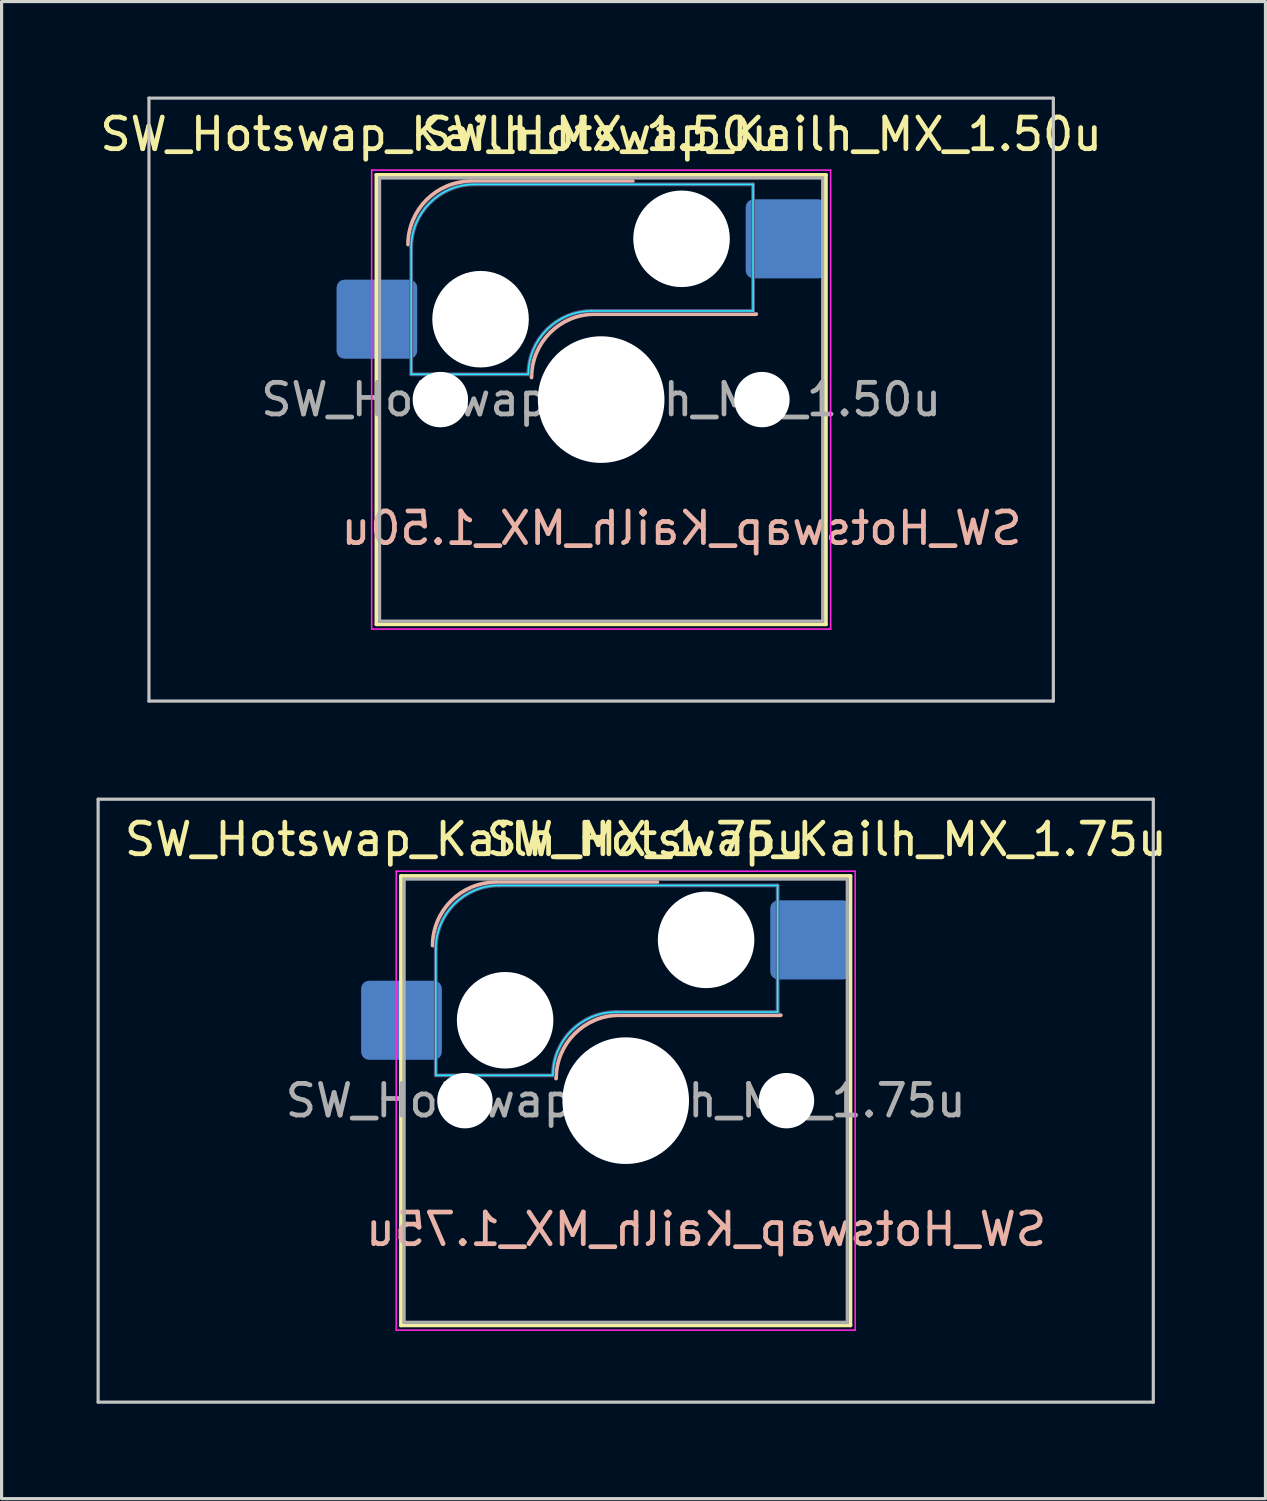
<source format=kicad_pcb>
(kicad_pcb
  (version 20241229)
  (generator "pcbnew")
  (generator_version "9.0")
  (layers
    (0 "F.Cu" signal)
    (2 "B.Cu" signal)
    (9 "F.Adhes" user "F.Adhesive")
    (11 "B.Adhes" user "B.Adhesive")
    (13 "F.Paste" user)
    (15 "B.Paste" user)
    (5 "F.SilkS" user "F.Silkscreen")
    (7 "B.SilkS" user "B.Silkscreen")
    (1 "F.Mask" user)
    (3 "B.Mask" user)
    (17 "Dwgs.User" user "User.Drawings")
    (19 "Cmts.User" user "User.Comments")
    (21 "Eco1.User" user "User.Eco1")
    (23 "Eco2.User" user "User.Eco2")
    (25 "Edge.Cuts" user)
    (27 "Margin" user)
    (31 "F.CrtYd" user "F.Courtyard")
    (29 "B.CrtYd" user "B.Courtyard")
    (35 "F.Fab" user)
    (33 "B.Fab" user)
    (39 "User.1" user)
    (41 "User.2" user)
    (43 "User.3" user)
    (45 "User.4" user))
  (footprint "SW_Hotswap_Kailh_MX_1.50u"
    (layer "F.Cu")
    (at 15.943 9.575)
    (property "Reference" "SW_Hotswap_Kailh_MX_1.50u" (at -5.08 -8.382 0) (layer "F.SilkS") (effects (font (size 1 1) (thickness 0.15))))
    (property "Value" "SW_Hotswap_Kailh_MX_1.50u" (at -2.54 4.064 0) (layer "B.SilkS") (hide yes) (effects (font (size 1 1) (thickness 0.15)) (justify mirror)))
    (attr smd)
    (fp_line (start -7.1 -7.1) (end -7.1 7.1) (stroke (width 0.12) (type solid)) (layer "F.SilkS"))
    (fp_line (start -7.1 7.1) (end 7.1 7.1) (stroke (width 0.12) (type solid)) (layer "F.SilkS"))
    (fp_line (start 7.1 -7.1) (end -7.1 -7.1) (stroke (width 0.12) (type solid)) (layer "F.SilkS"))
    (fp_line (start 7.1 7.1) (end 7.1 -7.1) (stroke (width 0.12) (type solid)) (layer "F.SilkS"))
    (fp_line (start -4.1 -6.9) (end 1 -6.9) (stroke (width 0.12) (type solid)) (layer "B.SilkS"))
    (fp_line (start -0.2 -2.7) (end 4.9 -2.7) (stroke (width 0.12) (type solid)) (layer "B.SilkS"))
    (fp_arc (start -6.1 -4.9) (mid -5.514214 -6.314214) (end -4.1 -6.9) (stroke (width 0.12) (type solid)) (layer "B.SilkS"))
    (fp_arc (start -2.2 -0.7) (mid -1.614214 -2.114214) (end -0.2 -2.7) (stroke (width 0.12) (type solid)) (layer "B.SilkS"))
    (fp_line (start -14.287 -9.525) (end -14.287 9.525) (stroke (width 0.1) (type solid)) (layer "Dwgs.User"))
    (fp_line (start -14.287 9.525) (end 14.287 9.525) (stroke (width 0.1) (type solid)) (layer "Dwgs.User"))
    (fp_line (start 14.287 -9.525) (end -14.287 -9.525) (stroke (width 0.1) (type solid)) (layer "Dwgs.User"))
    (fp_line (start 14.287 9.525) (end 14.287 -9.525) (stroke (width 0.1) (type solid)) (layer "Dwgs.User"))
    (fp_line (start -7.8 -6) (end -7 -6) (stroke (width 0.1) (type solid)) (layer "Eco1.User"))
    (fp_line (start -7.8 -2.9) (end -7.8 -6) (stroke (width 0.1) (type solid)) (layer "Eco1.User"))
    (fp_line (start -7.8 2.9) (end -7 2.9) (stroke (width 0.1) (type solid)) (layer "Eco1.User"))
    (fp_line (start -7.8 6) (end -7.8 2.9) (stroke (width 0.1) (type solid)) (layer "Eco1.User"))
    (fp_line (start -7 -7) (end 7 -7) (stroke (width 0.1) (type solid)) (layer "Eco1.User"))
    (fp_line (start -7 -6) (end -7 -7) (stroke (width 0.1) (type solid)) (layer "Eco1.User"))
    (fp_line (start -7 -2.9) (end -7.8 -2.9) (stroke (width 0.1) (type solid)) (layer "Eco1.User"))
    (fp_line (start -7 2.9) (end -7 -2.9) (stroke (width 0.1) (type solid)) (layer "Eco1.User"))
    (fp_line (start -7 6) (end -7.8 6) (stroke (width 0.1) (type solid)) (layer "Eco1.User"))
    (fp_line (start -7 7) (end -7 6) (stroke (width 0.1) (type solid)) (layer "Eco1.User"))
    (fp_line (start 7 -7) (end 7 -6) (stroke (width 0.1) (type solid)) (layer "Eco1.User"))
    (fp_line (start 7 -6) (end 7.8 -6) (stroke (width 0.1) (type solid)) (layer "Eco1.User"))
    (fp_line (start 7 -2.9) (end 7 2.9) (stroke (width 0.1) (type solid)) (layer "Eco1.User"))
    (fp_line (start 7 2.9) (end 7.8 2.9) (stroke (width 0.1) (type solid)) (layer "Eco1.User"))
    (fp_line (start 7 6) (end 7 7) (stroke (width 0.1) (type solid)) (layer "Eco1.User"))
    (fp_line (start 7 7) (end -7 7) (stroke (width 0.1) (type solid)) (layer "Eco1.User"))
    (fp_line (start 7.8 -6) (end 7.8 -2.9) (stroke (width 0.1) (type solid)) (layer "Eco1.User"))
    (fp_line (start 7.8 -2.9) (end 7 -2.9) (stroke (width 0.1) (type solid)) (layer "Eco1.User"))
    (fp_line (start 7.8 2.9) (end 7.8 6) (stroke (width 0.1) (type solid)) (layer "Eco1.User"))
    (fp_line (start 7.8 6) (end 7 6) (stroke (width 0.1) (type solid)) (layer "Eco1.User"))
    (fp_line (start -6 -0.8) (end -6 -4.8) (stroke (width 0.05) (type solid)) (layer "B.CrtYd"))
    (fp_line (start -6 -0.8) (end -2.3 -0.8) (stroke (width 0.05) (type solid)) (layer "B.CrtYd"))
    (fp_line (start -4 -6.8) (end 4.8 -6.8) (stroke (width 0.05) (type solid)) (layer "B.CrtYd"))
    (fp_line (start -0.3 -2.8) (end 4.8 -2.8) (stroke (width 0.05) (type solid)) (layer "B.CrtYd"))
    (fp_line (start 4.8 -6.8) (end 4.8 -2.8) (stroke (width 0.05) (type solid)) (layer "B.CrtYd"))
    (fp_arc (start -6 -4.8) (mid -5.414214 -6.214214) (end -4 -6.8) (stroke (width 0.05) (type solid)) (layer "B.CrtYd"))
    (fp_arc (start -2.3 -0.8) (mid -1.714214 -2.214214) (end -0.3 -2.8) (stroke (width 0.05) (type solid)) (layer "B.CrtYd"))
    (fp_line (start -7.25 -7.25) (end -7.25 7.25) (stroke (width 0.05) (type solid)) (layer "F.CrtYd"))
    (fp_line (start -7.25 7.25) (end 7.25 7.25) (stroke (width 0.05) (type solid)) (layer "F.CrtYd"))
    (fp_line (start 7.25 -7.25) (end -7.25 -7.25) (stroke (width 0.05) (type solid)) (layer "F.CrtYd"))
    (fp_line (start 7.25 7.25) (end 7.25 -7.25) (stroke (width 0.05) (type solid)) (layer "F.CrtYd"))
    (fp_line (start -6 -0.8) (end -6 -4.8) (stroke (width 0.12) (type solid)) (layer "B.Fab"))
    (fp_line (start -6 -0.8) (end -2.3 -0.8) (stroke (width 0.12) (type solid)) (layer "B.Fab"))
    (fp_line (start -4 -6.8) (end 4.8 -6.8) (stroke (width 0.12) (type solid)) (layer "B.Fab"))
    (fp_line (start -0.3 -2.8) (end 4.8 -2.8) (stroke (width 0.12) (type solid)) (layer "B.Fab"))
    (fp_line (start 4.8 -6.8) (end 4.8 -2.8) (stroke (width 0.12) (type solid)) (layer "B.Fab"))
    (fp_arc (start -6 -4.8) (mid -5.414214 -6.214214) (end -4 -6.8) (stroke (width 0.12) (type solid)) (layer "B.Fab"))
    (fp_arc (start -2.3 -0.8) (mid -1.714214 -2.214214) (end -0.3 -2.8) (stroke (width 0.12) (type solid)) (layer "B.Fab"))
    (fp_line (start -7 -7) (end -7 7) (stroke (width 0.1) (type solid)) (layer "F.Fab"))
    (fp_line (start -7 7) (end 7 7) (stroke (width 0.1) (type solid)) (layer "F.Fab"))
    (fp_line (start 7 -7) (end -7 -7) (stroke (width 0.1) (type solid)) (layer "F.Fab"))
    (fp_line (start 7 7) (end 7 -7) (stroke (width 0.1) (type solid)) (layer "F.Fab"))
    (fp_text user "${VALUE}" (at 5.08 -8.382 0) (layer "F.SilkS") (effects (font (size 1 1) (thickness 0.15))))
    (fp_text user "${REFERENCE}" (at 2.54 4.064 0) (layer "B.SilkS") (effects (font (size 1 1) (thickness 0.15)) (justify mirror)))
    (fp_text user "${REFERENCE}" (at 0 0 0) (layer "F.Fab") (effects (font (size 1 1) (thickness 0.15))))
    (pad "" np_thru_hole circle (at -5.08 0) (size 1.75 1.75) (drill 1.75) (layers "*.Cu" "*.Mask"))
    (pad "" np_thru_hole circle (at -3.81 -2.54) (size 3.05 3.05) (drill 3.05) (layers "*.Cu" "*.Mask"))
    (pad "" np_thru_hole circle (at 0 0) (size 4 4) (drill 4) (layers "*.Cu" "*.Mask"))
    (pad "" np_thru_hole circle (at 2.54 -5.08) (size 3.05 3.05) (drill 3.05) (layers "*.Cu" "*.Mask"))
    (pad "" np_thru_hole circle (at 5.08 0) (size 1.75 1.75) (drill 1.75) (layers "*.Cu" "*.Mask"))
    (pad "1" smd roundrect (at -7.085 -2.54) (size 2.55 2.5) (layers "B.Cu" "B.Mask" "B.Paste") (roundrect_rratio 0.1))
    (pad "2" smd roundrect (at 5.842 -5.08) (size 2.55 2.5) (layers "B.Cu" "B.Mask" "B.Paste") (roundrect_rratio 0.1)))
  (footprint "SW_Hotswap_Kailh_MX_1.75u"
    (layer "F.Cu")
    (at 16.719 31.725)
    (property "Reference" "SW_Hotswap_Kailh_MX_1.75u" (at -5.08 -8.255 0) (layer "F.SilkS") (effects (font (size 1 1) (thickness 0.15))))
    (property "Value" "SW_Hotswap_Kailh_MX_1.75u" (at -2.54 4.064 0) (layer "B.SilkS") (hide yes) (effects (font (size 1 1) (thickness 0.15)) (justify mirror)))
    (attr smd)
    (fp_line (start -7.1 -7.1) (end -7.1 7.1) (stroke (width 0.12) (type solid)) (layer "F.SilkS"))
    (fp_line (start -7.1 7.1) (end 7.1 7.1) (stroke (width 0.12) (type solid)) (layer "F.SilkS"))
    (fp_line (start 7.1 -7.1) (end -7.1 -7.1) (stroke (width 0.12) (type solid)) (layer "F.SilkS"))
    (fp_line (start 7.1 7.1) (end 7.1 -7.1) (stroke (width 0.12) (type solid)) (layer "F.SilkS"))
    (fp_line (start -4.1 -6.9) (end 1 -6.9) (stroke (width 0.12) (type solid)) (layer "B.SilkS"))
    (fp_line (start -0.2 -2.7) (end 4.9 -2.7) (stroke (width 0.12) (type solid)) (layer "B.SilkS"))
    (fp_arc (start -6.1 -4.9) (mid -5.514214 -6.314214) (end -4.1 -6.9) (stroke (width 0.12) (type solid)) (layer "B.SilkS"))
    (fp_arc (start -2.2 -0.7) (mid -1.614214 -2.114214) (end -0.2 -2.7) (stroke (width 0.12) (type solid)) (layer "B.SilkS"))
    (fp_line (start -16.669 -9.525) (end -16.669 9.525) (stroke (width 0.1) (type solid)) (layer "Dwgs.User"))
    (fp_line (start -16.669 9.525) (end 16.669 9.525) (stroke (width 0.1) (type solid)) (layer "Dwgs.User"))
    (fp_line (start 16.669 -9.525) (end -16.669 -9.525) (stroke (width 0.1) (type solid)) (layer "Dwgs.User"))
    (fp_line (start 16.669 9.525) (end 16.669 -9.525) (stroke (width 0.1) (type solid)) (layer "Dwgs.User"))
    (fp_line (start -7.8 -6) (end -7 -6) (stroke (width 0.1) (type solid)) (layer "Eco1.User"))
    (fp_line (start -7.8 -2.9) (end -7.8 -6) (stroke (width 0.1) (type solid)) (layer "Eco1.User"))
    (fp_line (start -7.8 2.9) (end -7 2.9) (stroke (width 0.1) (type solid)) (layer "Eco1.User"))
    (fp_line (start -7.8 6) (end -7.8 2.9) (stroke (width 0.1) (type solid)) (layer "Eco1.User"))
    (fp_line (start -7 -7) (end 7 -7) (stroke (width 0.1) (type solid)) (layer "Eco1.User"))
    (fp_line (start -7 -6) (end -7 -7) (stroke (width 0.1) (type solid)) (layer "Eco1.User"))
    (fp_line (start -7 -2.9) (end -7.8 -2.9) (stroke (width 0.1) (type solid)) (layer "Eco1.User"))
    (fp_line (start -7 2.9) (end -7 -2.9) (stroke (width 0.1) (type solid)) (layer "Eco1.User"))
    (fp_line (start -7 6) (end -7.8 6) (stroke (width 0.1) (type solid)) (layer "Eco1.User"))
    (fp_line (start -7 7) (end -7 6) (stroke (width 0.1) (type solid)) (layer "Eco1.User"))
    (fp_line (start 7 -7) (end 7 -6) (stroke (width 0.1) (type solid)) (layer "Eco1.User"))
    (fp_line (start 7 -6) (end 7.8 -6) (stroke (width 0.1) (type solid)) (layer "Eco1.User"))
    (fp_line (start 7 -2.9) (end 7 2.9) (stroke (width 0.1) (type solid)) (layer "Eco1.User"))
    (fp_line (start 7 2.9) (end 7.8 2.9) (stroke (width 0.1) (type solid)) (layer "Eco1.User"))
    (fp_line (start 7 6) (end 7 7) (stroke (width 0.1) (type solid)) (layer "Eco1.User"))
    (fp_line (start 7 7) (end -7 7) (stroke (width 0.1) (type solid)) (layer "Eco1.User"))
    (fp_line (start 7.8 -6) (end 7.8 -2.9) (stroke (width 0.1) (type solid)) (layer "Eco1.User"))
    (fp_line (start 7.8 -2.9) (end 7 -2.9) (stroke (width 0.1) (type solid)) (layer "Eco1.User"))
    (fp_line (start 7.8 2.9) (end 7.8 6) (stroke (width 0.1) (type solid)) (layer "Eco1.User"))
    (fp_line (start 7.8 6) (end 7 6) (stroke (width 0.1) (type solid)) (layer "Eco1.User"))
    (fp_line (start -6 -0.8) (end -6 -4.8) (stroke (width 0.05) (type solid)) (layer "B.CrtYd"))
    (fp_line (start -6 -0.8) (end -2.3 -0.8) (stroke (width 0.05) (type solid)) (layer "B.CrtYd"))
    (fp_line (start -4 -6.8) (end 4.8 -6.8) (stroke (width 0.05) (type solid)) (layer "B.CrtYd"))
    (fp_line (start -0.3 -2.8) (end 4.8 -2.8) (stroke (width 0.05) (type solid)) (layer "B.CrtYd"))
    (fp_line (start 4.8 -6.8) (end 4.8 -2.8) (stroke (width 0.05) (type solid)) (layer "B.CrtYd"))
    (fp_arc (start -6 -4.8) (mid -5.414214 -6.214214) (end -4 -6.8) (stroke (width 0.05) (type solid)) (layer "B.CrtYd"))
    (fp_arc (start -2.3 -0.8) (mid -1.714214 -2.214214) (end -0.3 -2.8) (stroke (width 0.05) (type solid)) (layer "B.CrtYd"))
    (fp_line (start -7.25 -7.25) (end -7.25 7.25) (stroke (width 0.05) (type solid)) (layer "F.CrtYd"))
    (fp_line (start -7.25 7.25) (end 7.25 7.25) (stroke (width 0.05) (type solid)) (layer "F.CrtYd"))
    (fp_line (start 7.25 -7.25) (end -7.25 -7.25) (stroke (width 0.05) (type solid)) (layer "F.CrtYd"))
    (fp_line (start 7.25 7.25) (end 7.25 -7.25) (stroke (width 0.05) (type solid)) (layer "F.CrtYd"))
    (fp_line (start -6 -0.8) (end -6 -4.8) (stroke (width 0.12) (type solid)) (layer "B.Fab"))
    (fp_line (start -6 -0.8) (end -2.3 -0.8) (stroke (width 0.12) (type solid)) (layer "B.Fab"))
    (fp_line (start -4 -6.8) (end 4.8 -6.8) (stroke (width 0.12) (type solid)) (layer "B.Fab"))
    (fp_line (start -0.3 -2.8) (end 4.8 -2.8) (stroke (width 0.12) (type solid)) (layer "B.Fab"))
    (fp_line (start 4.8 -6.8) (end 4.8 -2.8) (stroke (width 0.12) (type solid)) (layer "B.Fab"))
    (fp_arc (start -6 -4.8) (mid -5.414214 -6.214214) (end -4 -6.8) (stroke (width 0.12) (type solid)) (layer "B.Fab"))
    (fp_arc (start -2.3 -0.8) (mid -1.714214 -2.214214) (end -0.3 -2.8) (stroke (width 0.12) (type solid)) (layer "B.Fab"))
    (fp_line (start -7 -7) (end -7 7) (stroke (width 0.1) (type solid)) (layer "F.Fab"))
    (fp_line (start -7 7) (end 7 7) (stroke (width 0.1) (type solid)) (layer "F.Fab"))
    (fp_line (start 7 -7) (end -7 -7) (stroke (width 0.1) (type solid)) (layer "F.Fab"))
    (fp_line (start 7 7) (end 7 -7) (stroke (width 0.1) (type solid)) (layer "F.Fab"))
    (fp_text user "${VALUE}" (at 6.35 -8.255 0) (layer "F.SilkS") (effects (font (size 1 1) (thickness 0.15))))
    (fp_text user "${REFERENCE}" (at 2.54 4.064 0) (layer "B.SilkS") (effects (font (size 1 1) (thickness 0.15)) (justify mirror)))
    (fp_text user "${REFERENCE}" (at 0 0 0) (layer "F.Fab") (effects (font (size 1 1) (thickness 0.15))))
    (pad "" np_thru_hole circle (at -5.08 0) (size 1.75 1.75) (drill 1.75) (layers "*.Cu" "*.Mask"))
    (pad "" np_thru_hole circle (at -3.81 -2.54) (size 3.05 3.05) (drill 3.05) (layers "*.Cu" "*.Mask"))
    (pad "" np_thru_hole circle (at 0 0) (size 4 4) (drill 4) (layers "*.Cu" "*.Mask"))
    (pad "" np_thru_hole circle (at 2.54 -5.08) (size 3.05 3.05) (drill 3.05) (layers "*.Cu" "*.Mask"))
    (pad "" np_thru_hole circle (at 5.08 0) (size 1.75 1.75) (drill 1.75) (layers "*.Cu" "*.Mask"))
    (pad "1" smd roundrect (at -7.085 -2.54) (size 2.55 2.5) (layers "B.Cu" "B.Mask" "B.Paste") (roundrect_rratio 0.1))
    (pad "2" smd roundrect (at 5.842 -5.08) (size 2.55 2.5) (layers "B.Cu" "B.Mask" "B.Paste") (roundrect_rratio 0.1)))
  (gr_rect
    (start -3 -3)
    (end 36.932 44.3)
    (stroke (width 0.1) (type default))
    (fill no)
    (layer "Edge.Cuts")))
</source>
